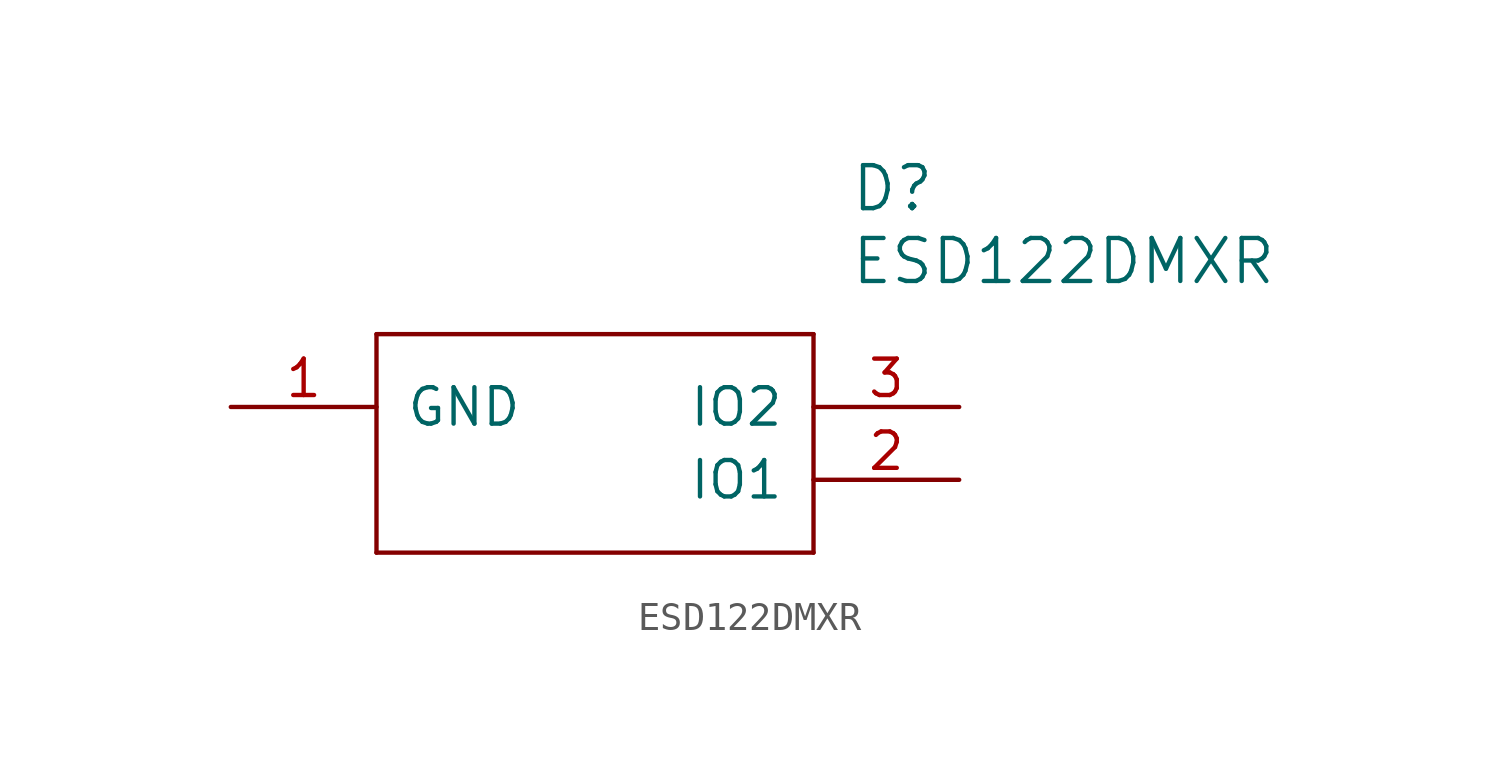
<source format=kicad_sym>
(kicad_symbol_lib
  (version 20211014)
  (generator kicad_symbol_editor)
  (symbol "ESD122DMXR"
    (pin_names
      (offset 1.016))
    (property "Reference" "D"
      (at 21.59 7.62 0)
      (effects (font (size 1.499 1.499)) (justify left)))
    (property "Value" "ESD122DMXR"
      (at 21.59 5.08 0)
      (effects (font (size 1.499 1.499)) (justify left)))
    (property "ki_locked" ""
      (at 0 0 0)
      (effects (font (size 1.27 1.27))))
    (symbol "ESD122DMXR_1_0"
      (polyline (pts (xy 5.08 2.54) (xy 5.08 -5.08)) (stroke (width 0) (type default) (color 0 0 0 0)) (fill (type none)))
      (polyline (pts (xy 5.08 2.54) (xy 20.32 2.54)) (stroke (width 0) (type default) (color 0 0 0 0)) (fill (type none)))
      (polyline (pts (xy 20.32 -5.08) (xy 5.08 -5.08)) (stroke (width 0) (type default) (color 0 0 0 0)) (fill (type none)))
      (polyline (pts (xy 20.32 -5.08) (xy 20.32 2.54)) (stroke (width 0) (type default) (color 0 0 0 0)) (fill (type none)))
      (pin bidirectional line (at 0 0 0) (length 5.08) (name "GND" (effects (font (size 1.27 1.27)))) (number "1" (effects (font (size 1.27 1.27)))))
      (pin bidirectional line (at 25.4 -2.54 180) (length 5.08) (name "IO1" (effects (font (size 1.27 1.27)))) (number "2" (effects (font (size 1.27 1.27)))))
      (pin bidirectional line (at 25.4 0 180) (length 5.08) (name "IO2" (effects (font (size 1.27 1.27)))) (number "3" (effects (font (size 1.27 1.27))))))))
</source>
